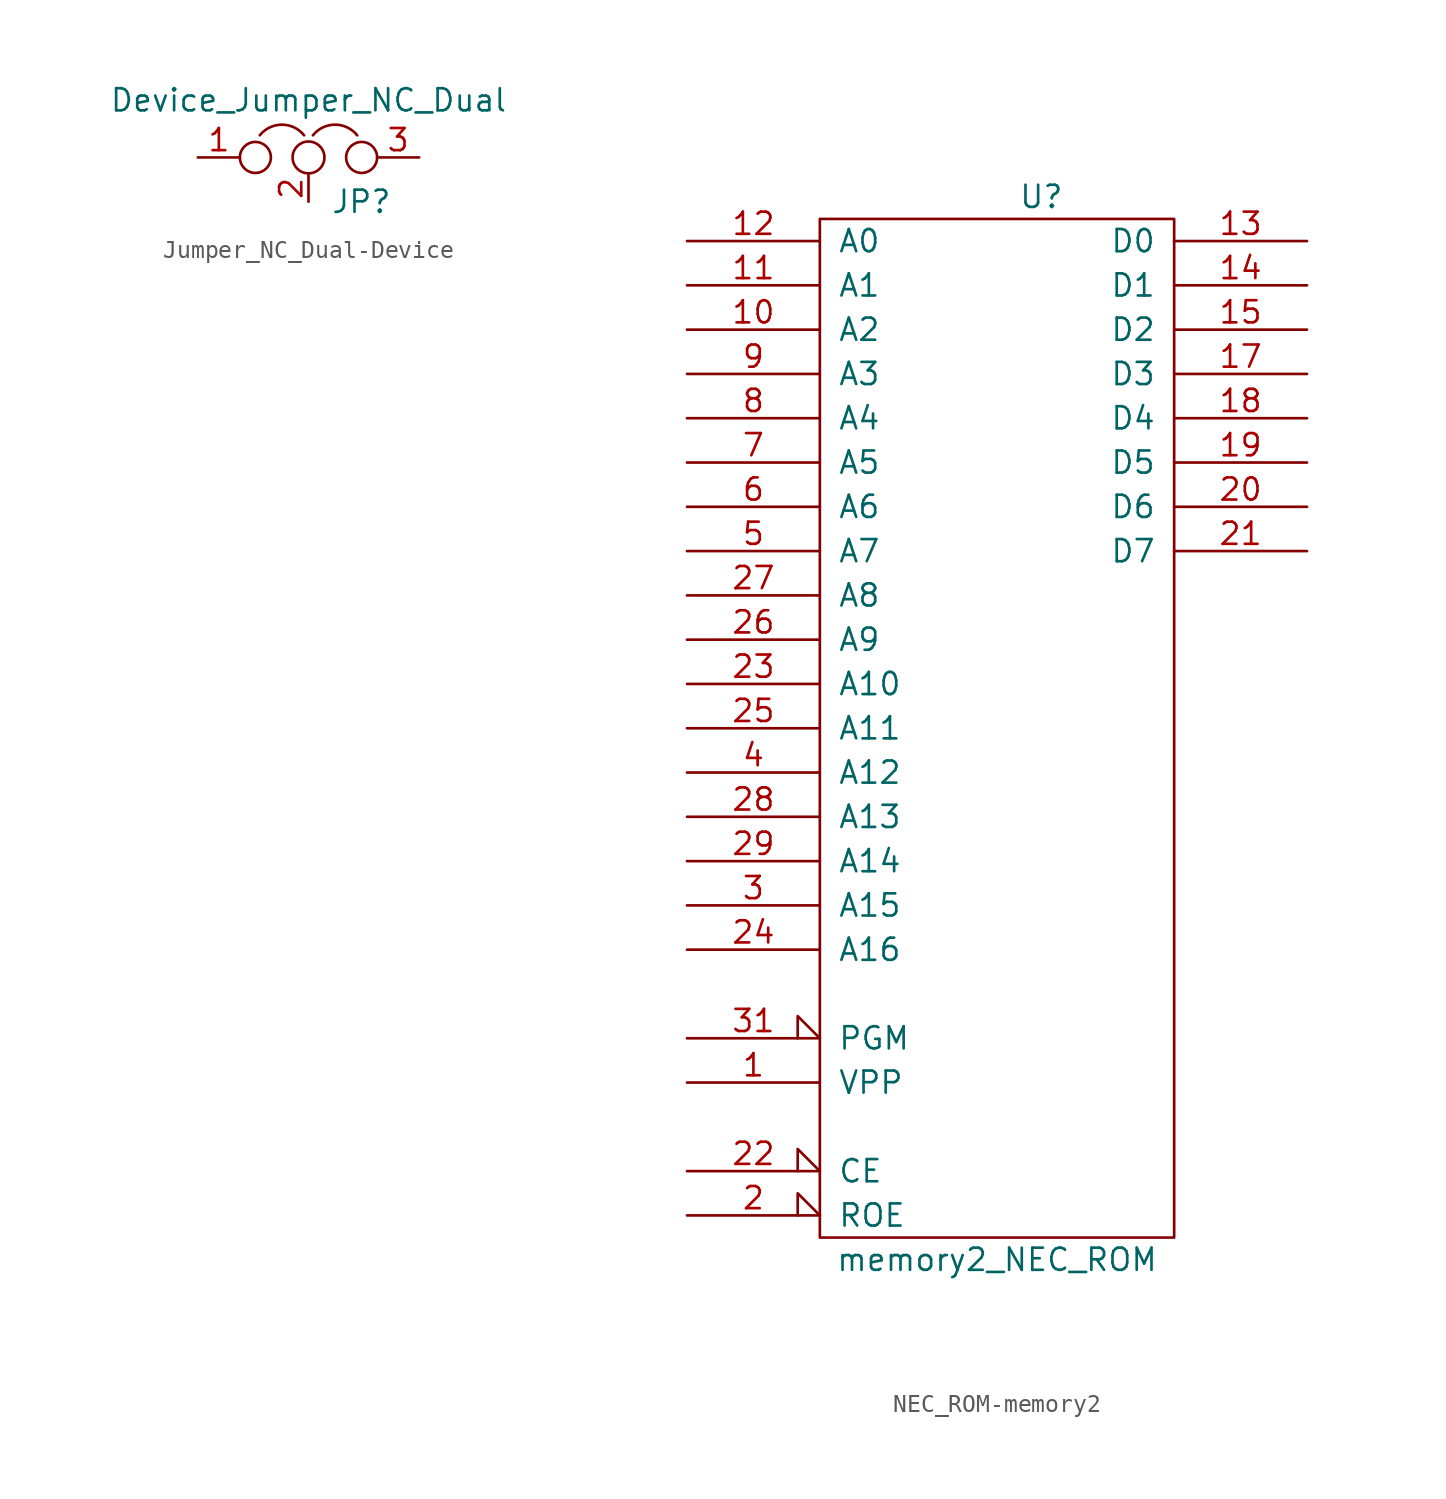
<source format=kicad_sym>
(kicad_symbol_lib
  (version 20231120)
  (generator "kicad_symbol_editor")
  (generator_version "8.0")
  (symbol "Jumper_NC_Dual-Device"
    (pin_names
      (offset 0.762) hide)
    (property "Reference" "JP"
      (at 1.27 -2.54 0)
      (effects (font (size 1.27 1.27)) (justify left)))
    (property "Value" "Device_Jumper_NC_Dual"
      (at 0 2.54 0)
      (effects (font (size 1.27 1.27)) (justify bottom)))
    (symbol "Jumper_NC_Dual-Device_0_1"
      (circle (center -3.048 0) (radius 0.889) (stroke (width 0) (type solid)) (fill (type none)))
      (arc (start -0.254 1.27) (mid -1.524 1.8804) (end -2.794 1.27) (stroke (width 0) (type solid)) (fill (type none)))
      (circle (center 0 0) (radius 0.914) (stroke (width 0) (type solid)) (fill (type none)))
      (arc (start 2.794 1.27) (mid 1.524 1.8804) (end 0.254 1.27) (stroke (width 0) (type solid)) (fill (type none)))
      (circle (center 3.048 0) (radius 0.889) (stroke (width 0) (type solid)) (fill (type none)))
      (pin passive line (at -6.35 0 0) (length 2.413) (name "1" (effects (font (size 1.27 1.27)))) (number "1" (effects (font (size 1.27 1.27)))))
      (pin passive line (at 0 -2.54 90) (length 1.524) (name "2" (effects (font (size 1.27 1.27)))) (number "2" (effects (font (size 1.27 1.27)))))
      (pin passive line (at 6.35 0 180) (length 2.413) (name "3" (effects (font (size 1.27 1.27)))) (number "3" (effects (font (size 1.27 1.27)))))))
  (symbol "NEC_ROM-memory2"
    (pin_names
      (offset 1.016))
    (property "Reference" "U"
      (at 2.54 25.4 0)
      (effects (font (size 1.27 1.27))))
    (property "Value" "memory2_NEC_ROM"
      (at 0 -35.56 0)
      (effects (font (size 1.27 1.27))))
    (symbol "NEC_ROM-memory2_0_0"
      (pin power_in line (at 0 -35.56 90) (length 1.27) hide (name "GND" (effects (font (size 1.27 1.27)))) (number "16" (effects (font (size 1.27 1.27)))))
      (pin power_in line (at 0 25.4 270) (length 1.27) hide (name "VCC" (effects (font (size 1.27 1.27)))) (number "32" (effects (font (size 1.27 1.27))))))
    (symbol "NEC_ROM-memory2_0_1"
      (rectangle (start -10.16 24.13) (end 10.16 -34.29) (stroke (width 0) (type solid)) (fill (type none))))
    (symbol "NEC_ROM-memory2_1_1"
      (pin input line (at -17.78 -25.4 0) (length 7.62) (name "VPP" (effects (font (size 1.27 1.27)))) (number "1" (effects (font (size 1.27 1.27)))))
      (pin input line (at -17.78 17.78 0) (length 7.62) (name "A2" (effects (font (size 1.27 1.27)))) (number "10" (effects (font (size 1.27 1.27)))))
      (pin input line (at -17.78 20.32 0) (length 7.62) (name "A1" (effects (font (size 1.27 1.27)))) (number "11" (effects (font (size 1.27 1.27)))))
      (pin input line (at -17.78 22.86 0) (length 7.62) (name "A0" (effects (font (size 1.27 1.27)))) (number "12" (effects (font (size 1.27 1.27)))))
      (pin tri_state line (at 17.78 22.86 180) (length 7.62) (name "D0" (effects (font (size 1.27 1.27)))) (number "13" (effects (font (size 1.27 1.27)))))
      (pin tri_state line (at 17.78 20.32 180) (length 7.62) (name "D1" (effects (font (size 1.27 1.27)))) (number "14" (effects (font (size 1.27 1.27)))))
      (pin tri_state line (at 17.78 17.78 180) (length 7.62) (name "D2" (effects (font (size 1.27 1.27)))) (number "15" (effects (font (size 1.27 1.27)))))
      (pin tri_state line (at 17.78 15.24 180) (length 7.62) (name "D3" (effects (font (size 1.27 1.27)))) (number "17" (effects (font (size 1.27 1.27)))))
      (pin tri_state line (at 17.78 12.7 180) (length 7.62) (name "D4" (effects (font (size 1.27 1.27)))) (number "18" (effects (font (size 1.27 1.27)))))
      (pin tri_state line (at 17.78 10.16 180) (length 7.62) (name "D5" (effects (font (size 1.27 1.27)))) (number "19" (effects (font (size 1.27 1.27)))))
      (pin input input_low (at -17.78 -33.02 0) (length 7.62) (name "ROE" (effects (font (size 1.27 1.27)))) (number "2" (effects (font (size 1.27 1.27)))))
      (pin tri_state line (at 17.78 7.62 180) (length 7.62) (name "D6" (effects (font (size 1.27 1.27)))) (number "20" (effects (font (size 1.27 1.27)))))
      (pin tri_state line (at 17.78 5.08 180) (length 7.62) (name "D7" (effects (font (size 1.27 1.27)))) (number "21" (effects (font (size 1.27 1.27)))))
      (pin input input_low (at -17.78 -30.48 0) (length 7.62) (name "CE" (effects (font (size 1.27 1.27)))) (number "22" (effects (font (size 1.27 1.27)))))
      (pin input line (at -17.78 -2.54 0) (length 7.62) (name "A10" (effects (font (size 1.27 1.27)))) (number "23" (effects (font (size 1.27 1.27)))))
      (pin input line (at -17.78 -17.78 0) (length 7.62) (name "A16" (effects (font (size 1.27 1.27)))) (number "24" (effects (font (size 1.27 1.27)))))
      (pin input line (at -17.78 -5.08 0) (length 7.62) (name "A11" (effects (font (size 1.27 1.27)))) (number "25" (effects (font (size 1.27 1.27)))))
      (pin input line (at -17.78 0 0) (length 7.62) (name "A9" (effects (font (size 1.27 1.27)))) (number "26" (effects (font (size 1.27 1.27)))))
      (pin input line (at -17.78 2.54 0) (length 7.62) (name "A8" (effects (font (size 1.27 1.27)))) (number "27" (effects (font (size 1.27 1.27)))))
      (pin input line (at -17.78 -10.16 0) (length 7.62) (name "A13" (effects (font (size 1.27 1.27)))) (number "28" (effects (font (size 1.27 1.27)))))
      (pin input line (at -17.78 -12.7 0) (length 7.62) (name "A14" (effects (font (size 1.27 1.27)))) (number "29" (effects (font (size 1.27 1.27)))))
      (pin input line (at -17.78 -15.24 0) (length 7.62) (name "A15" (effects (font (size 1.27 1.27)))) (number "3" (effects (font (size 1.27 1.27)))))
      (pin input input_low (at -17.78 -22.86 0) (length 7.62) (name "PGM" (effects (font (size 1.27 1.27)))) (number "31" (effects (font (size 1.27 1.27)))))
      (pin input line (at -17.78 -7.62 0) (length 7.62) (name "A12" (effects (font (size 1.27 1.27)))) (number "4" (effects (font (size 1.27 1.27)))))
      (pin input line (at -17.78 5.08 0) (length 7.62) (name "A7" (effects (font (size 1.27 1.27)))) (number "5" (effects (font (size 1.27 1.27)))))
      (pin input line (at -17.78 7.62 0) (length 7.62) (name "A6" (effects (font (size 1.27 1.27)))) (number "6" (effects (font (size 1.27 1.27)))))
      (pin input line (at -17.78 10.16 0) (length 7.62) (name "A5" (effects (font (size 1.27 1.27)))) (number "7" (effects (font (size 1.27 1.27)))))
      (pin input line (at -17.78 12.7 0) (length 7.62) (name "A4" (effects (font (size 1.27 1.27)))) (number "8" (effects (font (size 1.27 1.27)))))
      (pin input line (at -17.78 15.24 0) (length 7.62) (name "A3" (effects (font (size 1.27 1.27)))) (number "9" (effects (font (size 1.27 1.27))))))))
</source>
